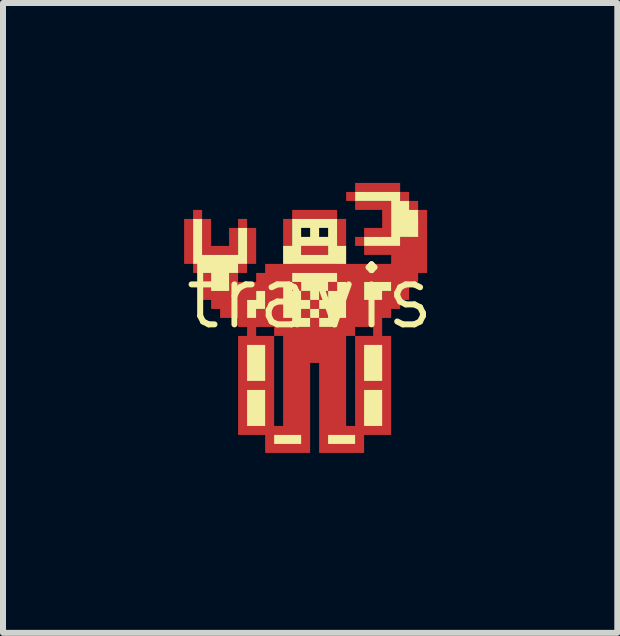
<source format=kicad_pcb>
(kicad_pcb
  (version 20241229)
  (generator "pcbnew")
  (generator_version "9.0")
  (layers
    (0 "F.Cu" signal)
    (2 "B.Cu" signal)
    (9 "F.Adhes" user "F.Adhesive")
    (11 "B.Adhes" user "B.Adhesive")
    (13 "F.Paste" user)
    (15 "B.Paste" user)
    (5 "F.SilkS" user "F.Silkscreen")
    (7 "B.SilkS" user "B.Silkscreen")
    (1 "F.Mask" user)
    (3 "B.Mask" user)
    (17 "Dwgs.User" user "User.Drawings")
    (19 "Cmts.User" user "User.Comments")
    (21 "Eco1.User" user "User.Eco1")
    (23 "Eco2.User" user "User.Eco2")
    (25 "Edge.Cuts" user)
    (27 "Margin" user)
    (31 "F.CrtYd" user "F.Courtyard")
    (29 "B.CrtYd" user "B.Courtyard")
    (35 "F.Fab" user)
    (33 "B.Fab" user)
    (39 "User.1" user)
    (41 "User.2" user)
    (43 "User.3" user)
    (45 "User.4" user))
  (footprint "travis"
    (layer "F.Cu")
    (at 2.121 2.401)
    (property "Reference" "travis" (at 0 -0.5 0) (layer "F.SilkS") (effects (font (size 1 1) (thickness 0.1))))
    (attr exclude_from_pos_files exclude_from_bom)
    (fp_poly (pts (xy -1.801 -0.975) (xy -1.801 -0.9) (xy -1.876 -0.9) (xy -1.951 -0.9) (xy -1.951 -0.975) (xy -1.951 -1.051) (xy -1.876 -1.051) (xy -1.801 -1.051)) (stroke (width 0) (type solid)) (fill yes) (layer "F.Cu"))
    (fp_poly (pts (xy -0.15 -0.675) (xy -0.15 -0.6) (xy -0.225 -0.6) (xy -0.3 -0.6) (xy -0.3 -0.675) (xy -0.3 -0.75) (xy -0.225 -0.75) (xy -0.15 -0.75)) (stroke (width 0) (type solid)) (fill yes) (layer "F.Cu"))
    (fp_poly (pts (xy 0.3 -1.276) (xy 0.3 -1.201) (xy 0.075 -1.201) (xy -0.15 -1.201) (xy -0.15 -1.276) (xy -0.15 -1.351) (xy 0.075 -1.351) (xy 0.3 -1.351)) (stroke (width 0) (type solid)) (fill yes) (layer "F.Cu"))
    (fp_poly (pts (xy 0.3 -0.225) (xy 0.3 -0.15) (xy 0.225 -0.15) (xy 0.15 -0.15) (xy 0.15 -0.225) (xy 0.15 -0.3) (xy 0.225 -0.3) (xy 0.3 -0.3)) (stroke (width 0) (type solid)) (fill yes) (layer "F.Cu"))
    (fp_poly (pts (xy 1.651 -2.176) (xy 1.651 -2.101) (xy 1.576 -2.101) (xy 1.501 -2.101) (xy 1.501 -2.176) (xy 1.501 -2.251) (xy 1.576 -2.251) (xy 1.651 -2.251)) (stroke (width 0) (type solid)) (fill yes) (layer "F.Cu"))
    (fp_poly (pts (xy 1.801 -2.026) (xy 1.801 -1.951) (xy 1.726 -1.951) (xy 1.651 -1.951) (xy 1.651 -2.026) (xy 1.651 -2.101) (xy 1.726 -2.101) (xy 1.801 -2.101)) (stroke (width 0) (type solid)) (fill yes) (layer "F.Cu"))
    (fp_poly (pts (xy -1.801 -1.876) (xy -1.801 -1.801) (xy -1.876 -1.801) (xy -1.951 -1.801) (xy -1.951 -1.426) (xy -1.951 -1.051) (xy -2.026 -1.051) (xy -2.101 -1.051) (xy -2.101 -1.426) (xy -2.101 -1.801) (xy -2.026 -1.801) (xy -1.951 -1.801) (xy -1.951 -1.876) (xy -1.951 -1.951) (xy -1.876 -1.951) (xy -1.801 -1.951)) (stroke (width 0) (type solid)) (fill yes) (layer "F.Cu"))
    (fp_poly (pts (xy 1.501 -2.326) (xy 1.501 -2.251) (xy 1.126 -2.251) (xy 0.75 -2.251) (xy 0.75 -2.176) (xy 0.75 -2.101) (xy 0.675 -2.101) (xy 0.6 -2.101) (xy 0.6 -2.176) (xy 0.6 -2.251) (xy 0.675 -2.251) (xy 0.75 -2.251) (xy 0.75 -2.326) (xy 0.75 -2.401) (xy 1.126 -2.401) (xy 1.501 -2.401)) (stroke (width 0) (type solid)) (fill yes) (layer "F.Cu"))
    (fp_poly (pts (xy -1.651 -1.576) (xy -1.651 -1.351) (xy -1.501 -1.351) (xy -1.351 -1.351) (xy -1.351 -1.501) (xy -1.351 -1.651) (xy -1.276 -1.651) (xy -1.201 -1.651) (xy -1.201 -1.726) (xy -1.201 -1.801) (xy -1.126 -1.801) (xy -1.051 -1.801) (xy -1.051 -1.726) (xy -1.051 -1.651) (xy -1.126 -1.651) (xy -1.201 -1.651) (xy -1.201 -1.426) (xy -1.201 -1.201) (xy -1.501 -1.201) (xy -1.801 -1.201) (xy -1.801 -1.501) (xy -1.801 -1.801) (xy -1.726 -1.801) (xy -1.651 -1.801)) (stroke (width 0) (type solid)) (fill yes) (layer "F.Cu"))
    (fp_poly (pts (xy 0.45 -0.675) (xy 0.45 -0.6) (xy 0.375 -0.6) (xy 0.3 -0.6) (xy 0.3 -0.525) (xy 0.3 -0.45) (xy 0.225 -0.45) (xy 0.15 -0.45) (xy 0.15 -0.375) (xy 0.15 -0.3) (xy 0.075 -0.3) (xy 0 -0.3) (xy 0 -0.225) (xy 0 -0.15) (xy -0.075 -0.15) (xy -0.15 -0.15) (xy -0.15 -0.225) (xy -0.15 -0.3) (xy -0.075 -0.3) (xy 0 -0.3) (xy 0 -0.375) (xy 0 -0.45) (xy -0.075 -0.45) (xy -0.15 -0.45) (xy -0.15 -0.525) (xy -0.15 -0.6) (xy -0.075 -0.6) (xy 0 -0.6) (xy 0 -0.525) (xy 0 -0.45) (xy 0.075 -0.45) (xy 0.15 -0.45) (xy 0.15 -0.525) (xy 0.15 -0.6) (xy 0.225 -0.6) (xy 0.3 -0.6) (xy 0.3 -0.675) (xy 0.3 -0.75) (xy 0.375 -0.75) (xy 0.45 -0.75)) (stroke (width 0) (type solid)) (fill yes) (layer "F.Cu"))
    (fp_poly (pts (xy 1.351 -1.801) (xy 1.351 -1.501) (xy 1.126 -1.501) (xy 0.9 -1.501) (xy 0.9 -1.426) (xy 0.9 -1.351) (xy 1.201 -1.351) (xy 1.501 -1.351) (xy 1.501 -1.426) (xy 1.501 -1.501) (xy 1.576 -1.501) (xy 1.651 -1.501) (xy 1.651 -1.651) (xy 1.651 -1.801) (xy 1.726 -1.801) (xy 1.801 -1.801) (xy 1.801 -1.876) (xy 1.801 -1.951) (xy 1.876 -1.951) (xy 1.951 -1.951) (xy 1.951 -1.426) (xy 1.951 -0.9) (xy 1.876 -0.9) (xy 1.801 -0.9) (xy 1.801 -0.825) (xy 1.801 -0.75) (xy 1.726 -0.75) (xy 1.651 -0.75) (xy 1.651 -0.6) (xy 1.651 -0.45) (xy 1.576 -0.45) (xy 1.501 -0.45) (xy 1.501 -0.375) (xy 1.501 -0.3) (xy 1.426 -0.3) (xy 1.351 -0.3) (xy 1.351 -0.225) (xy 1.351 -0.15) (xy 1.276 -0.15) (xy 1.201 -0.15) (xy 1.201 0) (xy 1.201 0.15) (xy 1.276 0.15) (xy 1.351 0.15) (xy 1.351 0.975) (xy 1.351 1.801) (xy 1.126 1.801) (xy 0.9 1.801) (xy 0.9 1.951) (xy 0.9 2.101) (xy 0.525 2.101) (xy 0.15 2.101) (xy 0.15 1.651) (xy 0.6 1.651) (xy 0.675 1.651) (xy 0.75 1.651) (xy 0.75 0.9) (xy 0.75 0.15) (xy 0.9 0.15) (xy 1.051 0.15) (xy 1.051 0.075) (xy 1.051 0) (xy 0.9 0) (xy 0.75 0) (xy 0.75 0.075) (xy 0.75 0.15) (xy 0.675 0.15) (xy 0.6 0.15) (xy 0.6 0.9) (xy 0.6 1.651) (xy 0.15 1.651) (xy 0.15 1.351) (xy 0.15 0.6) (xy 0.075 0.6) (xy 0 0.6) (xy 0 1.351) (xy 0 2.101) (xy -0.375 2.101) (xy -0.75 2.101) (xy -0.75 1.951) (xy -0.75 1.801) (xy -0.975 1.801) (xy -1.201 1.801) (xy -1.201 0.975) (xy -1.201 0.15) (xy -1.126 0.15) (xy -1.051 0.15) (xy -1.051 0.075) (xy -1.051 0) (xy -0.9 0) (xy -0.9 0.075) (xy -0.9 0.15) (xy -0.75 0.15) (xy -0.6 0.15) (xy -0.6 0.9) (xy -0.6 1.651) (xy -0.525 1.651) (xy -0.45 1.651) (xy -0.45 0.9) (xy -0.45 0.15) (xy -0.525 0.15) (xy -0.6 0.15) (xy -0.6 0.075) (xy -0.6 0) (xy -0.75 0) (xy -0.9 0) (xy -1.051 0) (xy -1.126 0) (xy -1.201 0) (xy -1.201 -0.075) (xy -1.201 -0.15) (xy -1.051 -0.15) (xy -0.975 -0.15) (xy -0.9 -0.15) (xy -0.45 -0.15) (xy -0.375 -0.15) (xy -0.3 -0.15) (xy -0.3 -0.075) (xy -0.3 0) (xy -0.15 0) (xy 0 0) (xy 0 -0.075) (xy 0 -0.15) (xy 0.075 -0.15) (xy 0.15 -0.15) (xy 0.15 -0.075) (xy 0.15 0) (xy 0.3 0) (xy 0.45 0) (xy 0.45 -0.075) (xy 0.45 -0.15) (xy 0.525 -0.15) (xy 0.6 -0.15) (xy 0.6 -0.45) (xy 0.6 -0.75) (xy 0.9 -0.75) (xy 0.9 -0.6) (xy 0.9 -0.45) (xy 1.051 -0.45) (xy 1.201 -0.45) (xy 1.201 -0.525) (xy 1.201 -0.6) (xy 1.276 -0.6) (xy 1.351 -0.6) (xy 1.351 -0.675) (xy 1.351 -0.75) (xy 1.126 -0.75) (xy 0.9 -0.75) (xy 0.6 -0.75) (xy 0.525 -0.75) (xy 0.45 -0.75) (xy 0.45 -0.825) (xy 0.45 -0.9) (xy 0.075 -0.9) (xy -0.3 -0.9) (xy -0.3 -0.825) (xy -0.3 -0.75) (xy -0.375 -0.75) (xy -0.45 -0.75) (xy -0.45 -0.45) (xy -0.45 -0.15) (xy -0.9 -0.15) (xy -0.9 -0.225) (xy -0.9 -0.3) (xy -0.825 -0.3) (xy -0.75 -0.3) (xy -0.75 -0.45) (xy -0.75 -0.6) (xy -0.825 -0.6) (xy -0.9 -0.6) (xy -0.9 -0.525) (xy -0.9 -0.45) (xy -0.975 -0.45) (xy -1.051 -0.45) (xy -1.051 -0.3) (xy -1.051 -0.15) (xy -1.201 -0.15) (xy -1.351 -0.15) (xy -1.501 -0.15) (xy -1.501 -0.225) (xy -1.501 -0.3) (xy -1.576 -0.3) (xy -1.651 -0.3) (xy -1.651 -0.375) (xy -1.651 -0.45) (xy -1.726 -0.45) (xy -1.801 -0.45) (xy -1.801 -0.675) (xy -1.801 -0.9) (xy -1.726 -0.9) (xy -1.651 -0.9) (xy -1.651 -0.825) (xy -1.651 -0.75) (xy -1.501 -0.75) (xy -1.351 -0.75) (xy -1.351 -0.825) (xy -1.351 -0.9) (xy -1.276 -0.9) (xy -1.201 -0.9) (xy -1.201 -0.975) (xy -1.201 -1.051) (xy -1.126 -1.051) (xy -1.051 -1.051) (xy -1.051 -1.351) (xy -1.051 -1.651) (xy -0.975 -1.651) (xy -0.9 -1.651) (xy -0.9 -1.351) (xy -0.9 -1.051) (xy -0.975 -1.051) (xy -1.051 -1.051) (xy -1.051 -0.975) (xy -1.051 -0.9) (xy -1.126 -0.9) (xy -1.201 -0.9) (xy -1.201 -0.825) (xy -1.201 -0.75) (xy -1.051 -0.75) (xy -0.9 -0.75) (xy -0.9 -0.825) (xy -0.9 -0.9) (xy -0.825 -0.9) (xy -0.75 -0.9) (xy -0.75 -0.975) (xy -0.75 -1.051) (xy -0.6 -1.051) (xy -0.45 -1.051) (xy -0.45 -1.426) (xy -0.45 -1.801) (xy -0.375 -1.801) (xy -0.3 -1.801) (xy -0.3 -1.876) (xy -0.3 -1.951) (xy 0.075 -1.951) (xy 0.45 -1.951) (xy 0.45 -1.876) (xy 0.45 -1.801) (xy 0.075 -1.801) (xy -0.3 -1.801) (xy -0.3 -1.426) (xy -0.3 -1.051) (xy 0.075 -1.051) (xy 0.45 -1.051) (xy 0.45 -1.426) (xy 0.45 -1.801) (xy 0.525 -1.801) (xy 0.6 -1.801) (xy 0.6 -1.426) (xy 0.6 -1.051) (xy 0.975 -1.051) (xy 1.351 -1.051) (xy 1.351 -1.126) (xy 1.351 -1.201) (xy 1.126 -1.201) (xy 0.9 -1.201) (xy 0.9 -1.276) (xy 0.9 -1.351) (xy 0.825 -1.351) (xy 0.75 -1.351) (xy 0.75 -1.426) (xy 0.75 -1.501) (xy 0.825 -1.501) (xy 0.9 -1.501) (xy 0.9 -1.576) (xy 0.9 -1.651) (xy 1.051 -1.651) (xy 1.201 -1.651) (xy 1.201 -1.801) (xy 1.201 -1.951) (xy 0.975 -1.951) (xy 0.75 -1.951) (xy 0.75 -2.026) (xy 0.75 -2.101) (xy 1.051 -2.101) (xy 1.351 -2.101)) (stroke (width 0) (type solid)) (fill yes) (layer "F.Cu"))
    (fp_poly (pts (xy 0 -1.576) (xy 0 -1.501) (xy -0.075 -1.501) (xy -0.15 -1.501) (xy -0.15 -1.576) (xy -0.15 -1.651) (xy -0.075 -1.651) (xy 0 -1.651)) (stroke (width 0) (type solid)) (fill yes) (layer "F.Mask"))
    (fp_poly (pts (xy 0.3 -1.576) (xy 0.3 -1.501) (xy 0.225 -1.501) (xy 0.15 -1.501) (xy 0.15 -1.576) (xy 0.15 -1.651) (xy 0.225 -1.651) (xy 0.3 -1.651)) (stroke (width 0) (type solid)) (fill yes) (layer "F.Mask"))
    (fp_poly (pts (xy -0.75 0.6) (xy -0.75 0.9) (xy -0.9 0.9) (xy -1.051 0.9) (xy -1.051 0.6) (xy -1.051 0.3) (xy -0.9 0.3) (xy -0.75 0.3)) (stroke (width 0) (type solid)) (fill yes) (layer "F.SilkS"))
    (fp_poly (pts (xy -0.75 1.351) (xy -0.75 1.651) (xy -0.9 1.651) (xy -1.051 1.651) (xy -1.051 1.351) (xy -1.051 1.051) (xy -0.9 1.051) (xy -0.75 1.051)) (stroke (width 0) (type solid)) (fill yes) (layer "F.SilkS"))
    (fp_poly (pts (xy -0.15 1.876) (xy -0.15 1.951) (xy -0.375 1.951) (xy -0.6 1.951) (xy -0.6 1.876) (xy -0.6 1.801) (xy -0.375 1.801) (xy -0.15 1.801)) (stroke (width 0) (type solid)) (fill yes) (layer "F.SilkS"))
    (fp_poly (pts (xy 0.75 1.876) (xy 0.75 1.951) (xy 0.525 1.951) (xy 0.3 1.951) (xy 0.3 1.876) (xy 0.3 1.801) (xy 0.525 1.801) (xy 0.75 1.801)) (stroke (width 0) (type solid)) (fill yes) (layer "F.SilkS"))
    (fp_poly (pts (xy 1.201 0.6) (xy 1.201 0.9) (xy 1.051 0.9) (xy 0.9 0.9) (xy 0.9 0.6) (xy 0.9 0.3) (xy 1.051 0.3) (xy 1.201 0.3)) (stroke (width 0) (type solid)) (fill yes) (layer "F.SilkS"))
    (fp_poly (pts (xy 1.201 1.351) (xy 1.201 1.651) (xy 1.051 1.651) (xy 0.9 1.651) (xy 0.9 1.351) (xy 0.9 1.051) (xy 1.051 1.051) (xy 1.201 1.051)) (stroke (width 0) (type solid)) (fill yes) (layer "F.SilkS"))
    (fp_poly (pts (xy 1.351 -0.675) (xy 1.351 -0.6) (xy 1.276 -0.6) (xy 1.201 -0.6) (xy 1.201 -0.525) (xy 1.201 -0.45) (xy 1.051 -0.45) (xy 0.9 -0.45) (xy 0.9 -0.6) (xy 0.9 -0.75) (xy 1.126 -0.75) (xy 1.351 -0.75)) (stroke (width 0) (type solid)) (fill yes) (layer "F.SilkS"))
    (fp_poly (pts (xy -0.75 -0.45) (xy -0.75 -0.3) (xy -0.825 -0.3) (xy -0.9 -0.3) (xy -0.9 -0.225) (xy -0.9 -0.15) (xy -0.975 -0.15) (xy -1.051 -0.15) (xy -1.051 -0.3) (xy -1.051 -0.45) (xy -0.975 -0.45) (xy -0.9 -0.45) (xy -0.9 -0.525) (xy -0.9 -0.6) (xy -0.825 -0.6) (xy -0.75 -0.6)) (stroke (width 0) (type solid)) (fill yes) (layer "F.SilkS"))
    (fp_poly (pts (xy 1.501 -2.176) (xy 1.501 -2.101) (xy 1.576 -2.101) (xy 1.651 -2.101) (xy 1.651 -2.026) (xy 1.651 -1.951) (xy 1.726 -1.951) (xy 1.801 -1.951) (xy 1.801 -1.726) (xy 1.801 -1.501) (xy 1.651 -1.501) (xy 1.501 -1.501) (xy 1.501 -1.426) (xy 1.501 -1.351) (xy 1.201 -1.351) (xy 0.9 -1.351) (xy 0.9 -1.426) (xy 0.9 -1.501) (xy 1.126 -1.501) (xy 1.351 -1.501) (xy 1.351 -1.801) (xy 1.351 -2.101) (xy 1.051 -2.101) (xy 0.75 -2.101) (xy 0.75 -2.176) (xy 0.75 -2.251) (xy 1.126 -2.251) (xy 1.501 -2.251)) (stroke (width 0) (type solid)) (fill yes) (layer "F.SilkS"))
    (fp_poly (pts (xy -1.801 -1.501) (xy -1.801 -1.201) (xy -1.501 -1.201) (xy -1.201 -1.201) (xy -1.201 -1.426) (xy -1.201 -1.651) (xy -1.126 -1.651) (xy -1.051 -1.651) (xy -1.051 -1.351) (xy -1.051 -1.051) (xy -1.126 -1.051) (xy -1.201 -1.051) (xy -1.201 -0.975) (xy -1.201 -0.9) (xy -1.276 -0.9) (xy -1.351 -0.9) (xy -1.351 -0.75) (xy -1.351 -0.6) (xy -1.501 -0.6) (xy -1.651 -0.6) (xy -1.651 -0.75) (xy -1.651 -0.9) (xy -1.726 -0.9) (xy -1.801 -0.9) (xy -1.801 -0.975) (xy -1.801 -1.051) (xy -1.876 -1.051) (xy -1.951 -1.051) (xy -1.951 -1.426) (xy -1.951 -1.801) (xy -1.876 -1.801) (xy -1.801 -1.801)) (stroke (width 0) (type solid)) (fill yes) (layer "F.SilkS"))
    (fp_poly (pts (xy 0.45 -1.576) (xy 0.45 -1.351) (xy 0.525 -1.351) (xy 0.6 -1.351) (xy 0.6 -1.201) (xy 0.6 -1.051) (xy 0.075 -1.051) (xy -0.45 -1.051) (xy -0.45 -1.201) (xy -0.45 -1.351) (xy -0.375 -1.351) (xy -0.3 -1.351) (xy -0.15 -1.351) (xy -0.15 -1.276) (xy -0.15 -1.201) (xy 0.075 -1.201) (xy 0.3 -1.201) (xy 0.3 -1.276) (xy 0.3 -1.351) (xy 0.075 -1.351) (xy -0.15 -1.351) (xy -0.3 -1.351) (xy -0.3 -1.576) (xy -0.3 -1.651) (xy -0.15 -1.651) (xy -0.15 -1.576) (xy -0.15 -1.501) (xy -0.075 -1.501) (xy 0 -1.501) (xy 0 -1.576) (xy 0 -1.651) (xy 0.15 -1.651) (xy 0.15 -1.576) (xy 0.15 -1.501) (xy 0.225 -1.501) (xy 0.3 -1.501) (xy 0.3 -1.576) (xy 0.3 -1.651) (xy 0.225 -1.651) (xy 0.15 -1.651) (xy 0 -1.651) (xy -0.075 -1.651) (xy -0.15 -1.651) (xy -0.3 -1.651) (xy -0.3 -1.801) (xy 0.075 -1.801) (xy 0.45 -1.801)) (stroke (width 0) (type solid)) (fill yes) (layer "F.SilkS"))
    (fp_poly (pts (xy 0.45 -0.825) (xy 0.45 -0.75) (xy 0.375 -0.75) (xy 0.3 -0.75) (xy 0.3 -0.675) (xy 0.3 -0.6) (xy 0.225 -0.6) (xy 0.15 -0.6) (xy 0.15 -0.525) (xy 0.15 -0.45) (xy 0.075 -0.45) (xy 0 -0.45) (xy 0 -0.525) (xy 0 -0.6) (xy -0.075 -0.6) (xy -0.15 -0.6) (xy -0.15 -0.525) (xy -0.15 -0.45) (xy -0.075 -0.45) (xy 0 -0.45) (xy 0 -0.375) (xy 0 -0.3) (xy -0.075 -0.3) (xy -0.15 -0.3) (xy -0.15 -0.225) (xy -0.15 -0.15) (xy -0.075 -0.15) (xy 0 -0.15) (xy 0 -0.225) (xy 0 -0.3) (xy 0.075 -0.3) (xy 0.15 -0.3) (xy 0.15 -0.225) (xy 0.15 -0.15) (xy 0.225 -0.15) (xy 0.3 -0.15) (xy 0.3 -0.225) (xy 0.3 -0.3) (xy 0.225 -0.3) (xy 0.15 -0.3) (xy 0.15 -0.375) (xy 0.15 -0.45) (xy 0.225 -0.45) (xy 0.3 -0.45) (xy 0.3 -0.525) (xy 0.3 -0.6) (xy 0.375 -0.6) (xy 0.45 -0.6) (xy 0.45 -0.675) (xy 0.45 -0.75) (xy 0.525 -0.75) (xy 0.6 -0.75) (xy 0.6 -0.45) (xy 0.6 -0.15) (xy 0.525 -0.15) (xy 0.45 -0.15) (xy 0.45 -0.075) (xy 0.45 0) (xy 0.3 0) (xy 0.15 0) (xy 0.15 -0.075) (xy 0.15 -0.15) (xy 0.075 -0.15) (xy 0 -0.15) (xy 0 -0.075) (xy 0 0) (xy -0.15 0) (xy -0.3 0) (xy -0.3 -0.075) (xy -0.3 -0.15) (xy -0.375 -0.15) (xy -0.45 -0.15) (xy -0.45 -0.45) (xy -0.45 -0.75) (xy -0.375 -0.75) (xy -0.3 -0.75) (xy -0.3 -0.675) (xy -0.3 -0.6) (xy -0.225 -0.6) (xy -0.15 -0.6) (xy -0.15 -0.675) (xy -0.15 -0.75) (xy -0.225 -0.75) (xy -0.3 -0.75) (xy -0.3 -0.825) (xy -0.3 -0.9) (xy 0.075 -0.9) (xy 0.45 -0.9)) (stroke (width 0) (type solid)) (fill yes) (layer "F.SilkS")))
  (gr_rect
    (start -3 -3)
    (end 7.243 7.502)
    (stroke (width 0.1) (type default))
    (fill no)
    (layer "Edge.Cuts")))
</source>
